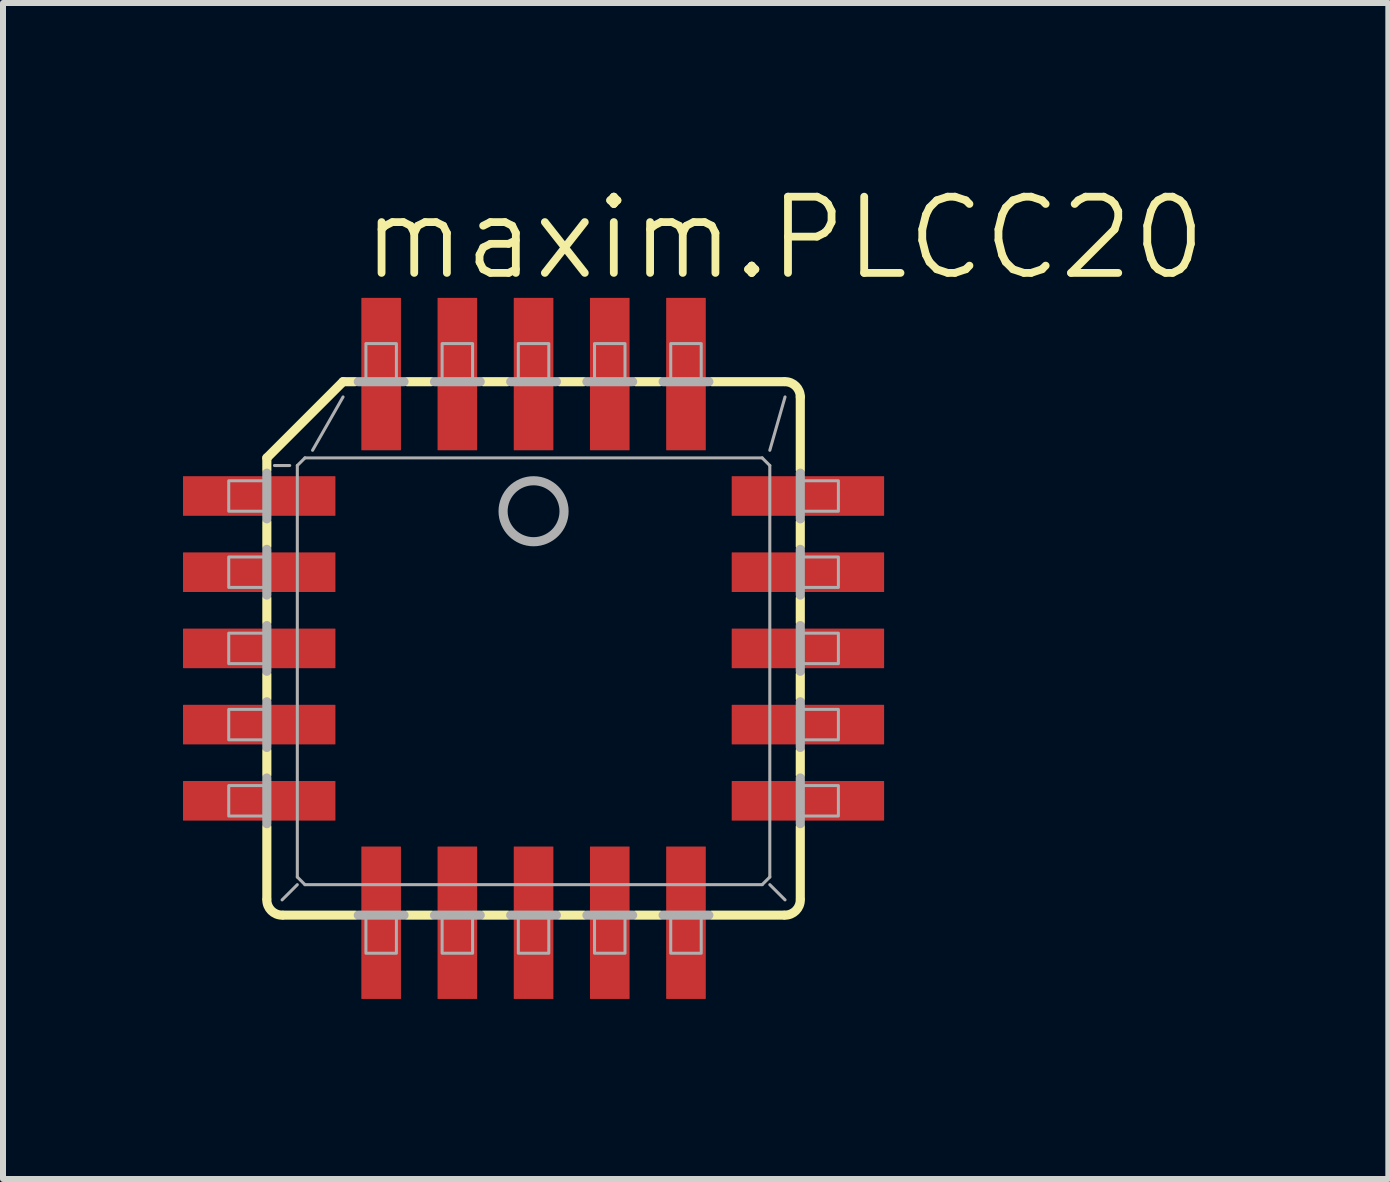
<source format=kicad_pcb>
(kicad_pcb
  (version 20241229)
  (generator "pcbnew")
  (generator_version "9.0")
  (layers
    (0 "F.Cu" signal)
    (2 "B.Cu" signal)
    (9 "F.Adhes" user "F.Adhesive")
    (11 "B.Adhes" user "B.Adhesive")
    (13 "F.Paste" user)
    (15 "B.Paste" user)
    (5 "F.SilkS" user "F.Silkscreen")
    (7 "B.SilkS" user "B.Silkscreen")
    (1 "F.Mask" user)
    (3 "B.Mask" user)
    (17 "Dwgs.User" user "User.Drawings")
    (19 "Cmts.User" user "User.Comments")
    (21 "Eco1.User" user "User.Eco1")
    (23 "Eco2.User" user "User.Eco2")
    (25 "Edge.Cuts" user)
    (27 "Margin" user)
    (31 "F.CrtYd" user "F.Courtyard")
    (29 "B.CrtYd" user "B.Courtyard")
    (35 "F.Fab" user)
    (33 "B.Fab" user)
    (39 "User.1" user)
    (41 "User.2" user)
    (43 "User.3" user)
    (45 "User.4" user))
  (footprint "maxim.PLCC20"
    (layer "F.Cu")
    (at 5.842 7.756)
    (property "Reference" "maxim.PLCC20" (at -2.921 -6.096 0) (layer "F.SilkS") (effects (font (size 1.27 1.27) (thickness 0.13)) (justify left bottom)))
    (attr smd)
    (fp_line (start -4.445 -3.175) (end -4.445 -2.972) (stroke (width 0.152) (type default)) (layer "F.SilkS"))
    (fp_line (start -4.445 -3.175) (end -3.175 -4.445) (stroke (width 0.152) (type default)) (layer "F.SilkS"))
    (fp_line (start -4.445 -2.108) (end -4.445 -1.702) (stroke (width 0.152) (type default)) (layer "F.SilkS"))
    (fp_line (start -4.445 -0.432) (end -4.445 -0.838) (stroke (width 0.152) (type default)) (layer "F.SilkS"))
    (fp_line (start -4.445 0.838) (end -4.445 0.432) (stroke (width 0.152) (type default)) (layer "F.SilkS"))
    (fp_line (start -4.445 2.108) (end -4.445 1.702) (stroke (width 0.152) (type default)) (layer "F.SilkS"))
    (fp_line (start -4.445 4.166) (end -4.445 2.972) (stroke (width 0.152) (type default)) (layer "F.SilkS"))
    (fp_line (start -4.166 4.445) (end -2.972 4.445) (stroke (width 0.152) (type default)) (layer "F.SilkS"))
    (fp_line (start -3.175 -4.445) (end -2.972 -4.445) (stroke (width 0.152) (type default)) (layer "F.SilkS"))
    (fp_line (start -2.108 -4.445) (end -1.702 -4.445) (stroke (width 0.152) (type default)) (layer "F.SilkS"))
    (fp_line (start -2.108 4.445) (end -1.702 4.445) (stroke (width 0.152) (type default)) (layer "F.SilkS"))
    (fp_line (start -0.432 -4.445) (end -0.838 -4.445) (stroke (width 0.152) (type default)) (layer "F.SilkS"))
    (fp_line (start -0.432 4.445) (end -0.838 4.445) (stroke (width 0.152) (type default)) (layer "F.SilkS"))
    (fp_line (start 0.432 -4.445) (end 0.838 -4.445) (stroke (width 0.152) (type default)) (layer "F.SilkS"))
    (fp_line (start 0.838 4.445) (end 0.432 4.445) (stroke (width 0.152) (type default)) (layer "F.SilkS"))
    (fp_line (start 2.108 -4.445) (end 1.702 -4.445) (stroke (width 0.152) (type default)) (layer "F.SilkS"))
    (fp_line (start 2.108 4.445) (end 1.702 4.445) (stroke (width 0.152) (type default)) (layer "F.SilkS"))
    (fp_line (start 4.166 -4.445) (end 2.972 -4.445) (stroke (width 0.152) (type default)) (layer "F.SilkS"))
    (fp_line (start 4.166 4.445) (end 2.972 4.445) (stroke (width 0.152) (type default)) (layer "F.SilkS"))
    (fp_line (start 4.445 -4.191) (end 4.445 -2.972) (stroke (width 0.152) (type default)) (layer "F.SilkS"))
    (fp_line (start 4.445 -2.108) (end 4.445 -1.702) (stroke (width 0.152) (type default)) (layer "F.SilkS"))
    (fp_line (start 4.445 -0.838) (end 4.445 -0.432) (stroke (width 0.152) (type default)) (layer "F.SilkS"))
    (fp_line (start 4.445 0.432) (end 4.445 0.838) (stroke (width 0.152) (type default)) (layer "F.SilkS"))
    (fp_line (start 4.445 2.108) (end 4.445 1.702) (stroke (width 0.152) (type default)) (layer "F.SilkS"))
    (fp_line (start 4.445 4.166) (end 4.445 2.972) (stroke (width 0.152) (type default)) (layer "F.SilkS"))
    (fp_arc (start -4.191 4.445) (mid -4.370605 4.370605) (end -4.445 4.191) (stroke (width 0.1524) (type default)) (layer "F.SilkS"))
    (fp_arc (start 4.191 -4.445) (mid 4.370605 -4.370605) (end 4.445 -4.191) (stroke (width 0.1524) (type default)) (layer "F.SilkS"))
    (fp_arc (start 4.445 4.191) (mid 4.370605 4.370605) (end 4.191 4.445) (stroke (width 0.1524) (type default)) (layer "F.SilkS"))
    (fp_line (start -4.445 -2.921) (end -4.445 -2.159) (stroke (width 0.152) (type default)) (layer "F.Fab"))
    (fp_line (start -4.445 -1.651) (end -4.445 -0.889) (stroke (width 0.152) (type default)) (layer "F.Fab"))
    (fp_line (start -4.445 -0.381) (end -4.445 0.381) (stroke (width 0.152) (type default)) (layer "F.Fab"))
    (fp_line (start -4.445 0.889) (end -4.445 1.651) (stroke (width 0.152) (type default)) (layer "F.Fab"))
    (fp_line (start -4.445 2.159) (end -4.445 2.921) (stroke (width 0.152) (type default)) (layer "F.Fab"))
    (fp_line (start -4.064 -3.048) (end -4.318 -3.048) (stroke (width 0.051) (type default)) (layer "F.Fab"))
    (fp_line (start -3.937 3.81) (end -3.937 -3.048) (stroke (width 0.051) (type default)) (layer "F.Fab"))
    (fp_line (start -3.937 3.81) (end -3.81 3.937) (stroke (width 0.051) (type default)) (layer "F.Fab"))
    (fp_line (start -3.937 3.937) (end -4.191 4.191) (stroke (width 0.051) (type default)) (layer "F.Fab"))
    (fp_line (start -3.81 -3.175) (end -3.937 -3.048) (stroke (width 0.051) (type default)) (layer "F.Fab"))
    (fp_line (start -3.81 -3.175) (end 3.81 -3.175) (stroke (width 0.051) (type default)) (layer "F.Fab"))
    (fp_line (start -3.683 -3.302) (end -3.175 -4.191) (stroke (width 0.051) (type default)) (layer "F.Fab"))
    (fp_line (start -2.921 4.445) (end -2.159 4.445) (stroke (width 0.152) (type default)) (layer "F.Fab"))
    (fp_line (start -2.159 -4.445) (end -2.921 -4.445) (stroke (width 0.152) (type default)) (layer "F.Fab"))
    (fp_line (start -1.651 4.445) (end -0.889 4.445) (stroke (width 0.152) (type default)) (layer "F.Fab"))
    (fp_line (start -0.889 -4.445) (end -1.651 -4.445) (stroke (width 0.152) (type default)) (layer "F.Fab"))
    (fp_line (start -0.381 4.445) (end 0.381 4.445) (stroke (width 0.152) (type default)) (layer "F.Fab"))
    (fp_line (start 0.381 -4.445) (end -0.381 -4.445) (stroke (width 0.152) (type default)) (layer "F.Fab"))
    (fp_line (start 0.889 4.445) (end 1.651 4.445) (stroke (width 0.152) (type default)) (layer "F.Fab"))
    (fp_line (start 1.651 -4.445) (end 0.889 -4.445) (stroke (width 0.152) (type default)) (layer "F.Fab"))
    (fp_line (start 2.159 4.445) (end 2.921 4.445) (stroke (width 0.152) (type default)) (layer "F.Fab"))
    (fp_line (start 2.921 -4.445) (end 2.159 -4.445) (stroke (width 0.152) (type default)) (layer "F.Fab"))
    (fp_line (start 3.81 3.937) (end -3.81 3.937) (stroke (width 0.051) (type default)) (layer "F.Fab"))
    (fp_line (start 3.81 3.937) (end 3.937 3.81) (stroke (width 0.051) (type default)) (layer "F.Fab"))
    (fp_line (start 3.937 -3.048) (end 3.81 -3.175) (stroke (width 0.051) (type default)) (layer "F.Fab"))
    (fp_line (start 3.937 -3.048) (end 3.937 3.81) (stroke (width 0.051) (type default)) (layer "F.Fab"))
    (fp_line (start 3.937 3.937) (end 4.191 4.191) (stroke (width 0.051) (type default)) (layer "F.Fab"))
    (fp_line (start 4.191 -4.191) (end 3.937 -3.302) (stroke (width 0.051) (type default)) (layer "F.Fab"))
    (fp_line (start 4.445 -2.159) (end 4.445 -2.921) (stroke (width 0.152) (type default)) (layer "F.Fab"))
    (fp_line (start 4.445 -0.889) (end 4.445 -1.651) (stroke (width 0.152) (type default)) (layer "F.Fab"))
    (fp_line (start 4.445 0.381) (end 4.445 -0.381) (stroke (width 0.152) (type default)) (layer "F.Fab"))
    (fp_line (start 4.445 1.651) (end 4.445 0.889) (stroke (width 0.152) (type default)) (layer "F.Fab"))
    (fp_line (start 4.445 2.921) (end 4.445 2.159) (stroke (width 0.152) (type default)) (layer "F.Fab"))
    (fp_rect (start -5.08 -2.286) (end -4.445 -2.794) (stroke (width 0.05) (type default)) (fill no) (layer "F.Fab"))
    (fp_rect (start -5.08 -1.016) (end -4.445 -1.524) (stroke (width 0.05) (type default)) (fill no) (layer "F.Fab"))
    (fp_rect (start -5.08 0.254) (end -4.445 -0.254) (stroke (width 0.05) (type default)) (fill no) (layer "F.Fab"))
    (fp_rect (start -5.08 1.524) (end -4.445 1.016) (stroke (width 0.05) (type default)) (fill no) (layer "F.Fab"))
    (fp_rect (start -5.08 2.794) (end -4.445 2.286) (stroke (width 0.05) (type default)) (fill no) (layer "F.Fab"))
    (fp_rect (start -2.794 -4.445) (end -2.286 -5.08) (stroke (width 0.05) (type default)) (fill no) (layer "F.Fab"))
    (fp_rect (start -2.794 5.08) (end -2.286 4.445) (stroke (width 0.05) (type default)) (fill no) (layer "F.Fab"))
    (fp_rect (start -1.524 -4.445) (end -1.016 -5.08) (stroke (width 0.05) (type default)) (fill no) (layer "F.Fab"))
    (fp_rect (start -1.524 5.08) (end -1.016 4.445) (stroke (width 0.05) (type default)) (fill no) (layer "F.Fab"))
    (fp_rect (start -0.254 -4.445) (end 0.254 -5.08) (stroke (width 0.05) (type default)) (fill no) (layer "F.Fab"))
    (fp_rect (start -0.254 5.08) (end 0.254 4.445) (stroke (width 0.05) (type default)) (fill no) (layer "F.Fab"))
    (fp_rect (start 1.016 -4.445) (end 1.524 -5.08) (stroke (width 0.05) (type default)) (fill no) (layer "F.Fab"))
    (fp_rect (start 1.016 5.08) (end 1.524 4.445) (stroke (width 0.05) (type default)) (fill no) (layer "F.Fab"))
    (fp_rect (start 2.286 -4.445) (end 2.794 -5.08) (stroke (width 0.05) (type default)) (fill no) (layer "F.Fab"))
    (fp_rect (start 2.286 5.08) (end 2.794 4.445) (stroke (width 0.05) (type default)) (fill no) (layer "F.Fab"))
    (fp_rect (start 4.445 -2.286) (end 5.08 -2.794) (stroke (width 0.05) (type default)) (fill no) (layer "F.Fab"))
    (fp_rect (start 4.445 -1.016) (end 5.08 -1.524) (stroke (width 0.05) (type default)) (fill no) (layer "F.Fab"))
    (fp_rect (start 4.445 0.254) (end 5.08 -0.254) (stroke (width 0.05) (type default)) (fill no) (layer "F.Fab"))
    (fp_rect (start 4.445 1.524) (end 5.08 1.016) (stroke (width 0.05) (type default)) (fill no) (layer "F.Fab"))
    (fp_rect (start 4.445 2.794) (end 5.08 2.286) (stroke (width 0.05) (type default)) (fill no) (layer "F.Fab"))
    (fp_circle (center 0 -2.286) (end 0.508 -2.286) (stroke (width 0.152) (type default)) (fill no) (layer "F.Fab"))
    (pad "1" smd roundrect (at 0 -4.572) (size 0.66 2.54) (layers "F.Cu" "F.Mask" "F.Paste") (roundrect_rratio 0.01))
    (pad "2" smd roundrect (at -1.27 -4.572) (size 0.66 2.54) (layers "F.Cu" "F.Mask" "F.Paste") (roundrect_rratio 0.01))
    (pad "3" smd roundrect (at -2.54 -4.572) (size 0.66 2.54) (layers "F.Cu" "F.Mask" "F.Paste") (roundrect_rratio 0.01))
    (pad "4" smd roundrect (at -4.572 -2.54) (size 2.54 0.66) (layers "F.Cu" "F.Mask" "F.Paste") (roundrect_rratio 0.01))
    (pad "5" smd roundrect (at -4.572 -1.27) (size 2.54 0.66) (layers "F.Cu" "F.Mask" "F.Paste") (roundrect_rratio 0.01))
    (pad "6" smd roundrect (at -4.572 0) (size 2.54 0.66) (layers "F.Cu" "F.Mask" "F.Paste") (roundrect_rratio 0.01))
    (pad "7" smd roundrect (at -4.572 1.27) (size 2.54 0.66) (layers "F.Cu" "F.Mask" "F.Paste") (roundrect_rratio 0.01))
    (pad "8" smd roundrect (at -4.572 2.54) (size 2.54 0.66) (layers "F.Cu" "F.Mask" "F.Paste") (roundrect_rratio 0.01))
    (pad "9" smd roundrect (at -2.54 4.572) (size 0.66 2.54) (layers "F.Cu" "F.Mask" "F.Paste") (roundrect_rratio 0.01))
    (pad "10" smd roundrect (at -1.27 4.572) (size 0.66 2.54) (layers "F.Cu" "F.Mask" "F.Paste") (roundrect_rratio 0.01))
    (pad "11" smd roundrect (at 0 4.572) (size 0.66 2.54) (layers "F.Cu" "F.Mask" "F.Paste") (roundrect_rratio 0.01))
    (pad "12" smd roundrect (at 1.27 4.572) (size 0.66 2.54) (layers "F.Cu" "F.Mask" "F.Paste") (roundrect_rratio 0.01))
    (pad "13" smd roundrect (at 2.54 4.572) (size 0.66 2.54) (layers "F.Cu" "F.Mask" "F.Paste") (roundrect_rratio 0.01))
    (pad "14" smd roundrect (at 4.572 2.54) (size 2.54 0.66) (layers "F.Cu" "F.Mask" "F.Paste") (roundrect_rratio 0.01))
    (pad "15" smd roundrect (at 4.572 1.27) (size 2.54 0.66) (layers "F.Cu" "F.Mask" "F.Paste") (roundrect_rratio 0.01))
    (pad "16" smd roundrect (at 4.572 0) (size 2.54 0.66) (layers "F.Cu" "F.Mask" "F.Paste") (roundrect_rratio 0.01))
    (pad "17" smd roundrect (at 4.572 -1.27) (size 2.54 0.66) (layers "F.Cu" "F.Mask" "F.Paste") (roundrect_rratio 0.01))
    (pad "18" smd roundrect (at 4.572 -2.54) (size 2.54 0.66) (layers "F.Cu" "F.Mask" "F.Paste") (roundrect_rratio 0.01))
    (pad "19" smd roundrect (at 2.54 -4.572) (size 0.66 2.54) (layers "F.Cu" "F.Mask" "F.Paste") (roundrect_rratio 0.01))
    (pad "20" smd roundrect (at 1.27 -4.572) (size 0.66 2.54) (layers "F.Cu" "F.Mask" "F.Paste") (roundrect_rratio 0.01)))
  (gr_rect
    (start -3 -3)
    (end 20.087 16.598)
    (stroke (width 0.1) (type default))
    (fill no)
    (layer "Edge.Cuts")))
</source>
